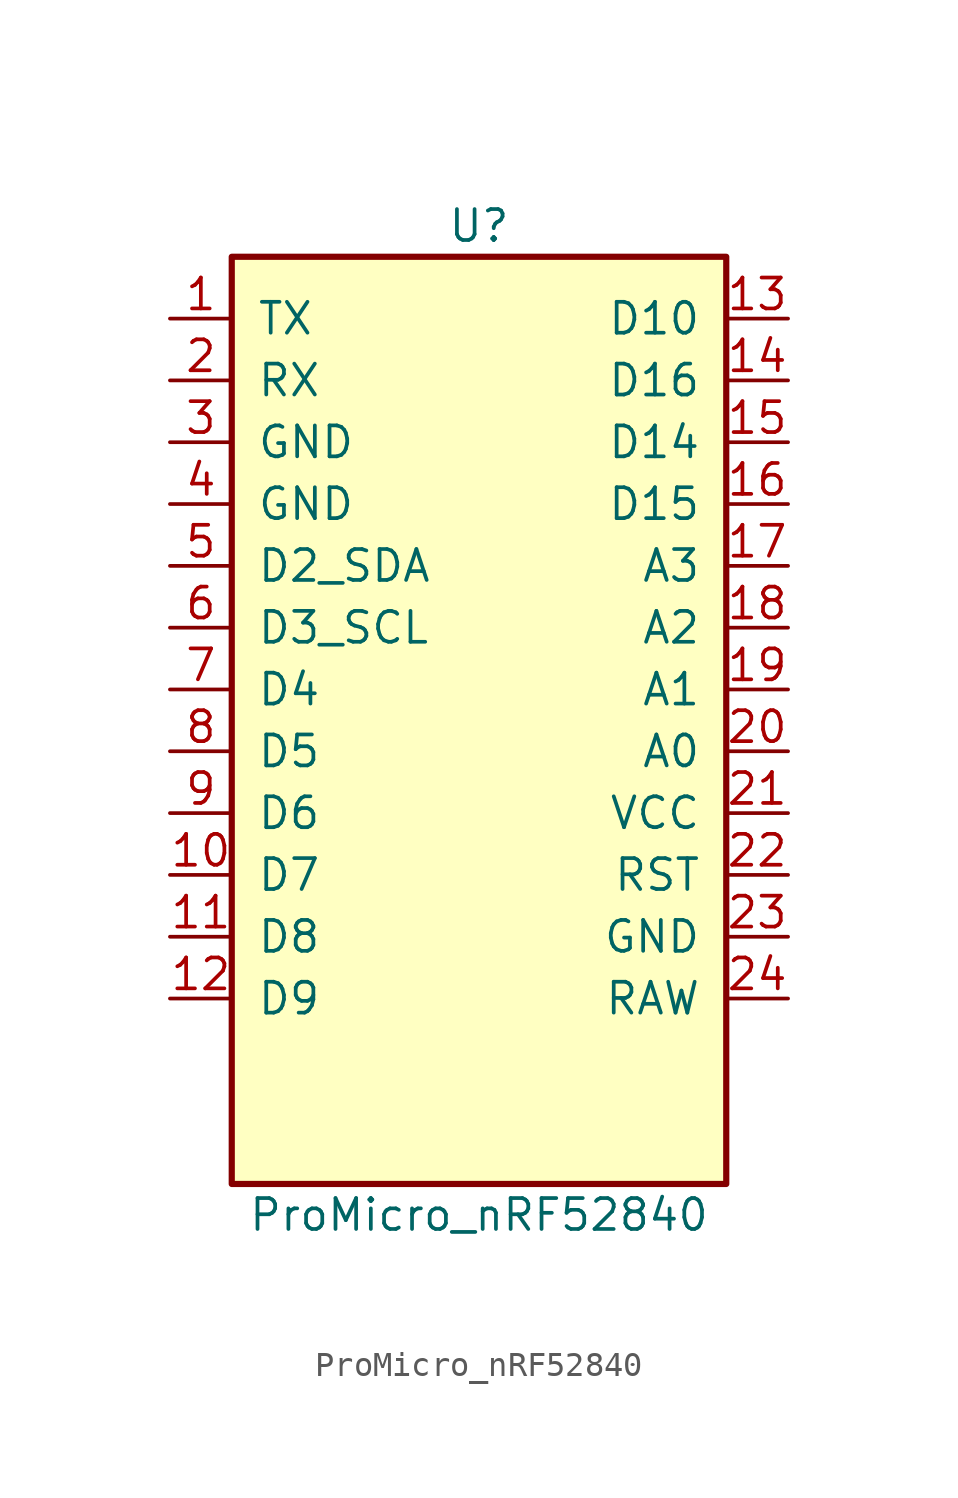
<source format=kicad_sym>
(kicad_symbol_lib
  (version 20231120)
  (generator "kicad_symbol_editor")
  (generator_version "8.0")
  (symbol "ProMicro_nRF52840"
    (pin_names
      (offset 1.016))
    (property "Reference" "U"
      (at 0 20.32 0)
      (effects (font (size 1.27 1.27))))
    (property "Value" "ProMicro_nRF52840"
      (at 0 -20.32 0)
      (effects (font (size 1.27 1.27))))
    (symbol "ProMicro_nRF52840_0_1"
      (rectangle (start -10.16 19.05) (end 10.16 -19.05) (stroke (width 0.254) (type default)) (fill (type background))))
    (symbol "ProMicro_nRF52840_1_1"
      (pin bidirectional line (at -12.7 16.51 0) (length 2.54) (name "TX" (effects (font (size 1.27 1.27)))) (number "1" (effects (font (size 1.27 1.27)))))
      (pin bidirectional line (at -12.7 13.97 0) (length 2.54) (name "RX" (effects (font (size 1.27 1.27)))) (number "2" (effects (font (size 1.27 1.27)))))
      (pin power_in line (at -12.7 11.43 0) (length 2.54) (name "GND" (effects (font (size 1.27 1.27)))) (number "3" (effects (font (size 1.27 1.27)))))
      (pin power_in line (at -12.7 8.89 0) (length 2.54) (name "GND" (effects (font (size 1.27 1.27)))) (number "4" (effects (font (size 1.27 1.27)))))
      (pin bidirectional line (at -12.7 6.35 0) (length 2.54) (name "D2_SDA" (effects (font (size 1.27 1.27)))) (number "5" (effects (font (size 1.27 1.27)))))
      (pin bidirectional line (at -12.7 3.81 0) (length 2.54) (name "D3_SCL" (effects (font (size 1.27 1.27)))) (number "6" (effects (font (size 1.27 1.27)))))
      (pin bidirectional line (at -12.7 1.27 0) (length 2.54) (name "D4" (effects (font (size 1.27 1.27)))) (number "7" (effects (font (size 1.27 1.27)))))
      (pin bidirectional line (at -12.7 -1.27 0) (length 2.54) (name "D5" (effects (font (size 1.27 1.27)))) (number "8" (effects (font (size 1.27 1.27)))))
      (pin bidirectional line (at -12.7 -3.81 0) (length 2.54) (name "D6" (effects (font (size 1.27 1.27)))) (number "9" (effects (font (size 1.27 1.27)))))
      (pin bidirectional line (at -12.7 -6.35 0) (length 2.54) (name "D7" (effects (font (size 1.27 1.27)))) (number "10" (effects (font (size 1.27 1.27)))))
      (pin bidirectional line (at -12.7 -8.89 0) (length 2.54) (name "D8" (effects (font (size 1.27 1.27)))) (number "11" (effects (font (size 1.27 1.27)))))
      (pin bidirectional line (at -12.7 -11.43 0) (length 2.54) (name "D9" (effects (font (size 1.27 1.27)))) (number "12" (effects (font (size 1.27 1.27)))))
      (pin bidirectional line (at 12.7 16.51 180) (length 2.54) (name "D10" (effects (font (size 1.27 1.27)))) (number "13" (effects (font (size 1.27 1.27)))))
      (pin bidirectional line (at 12.7 13.97 180) (length 2.54) (name "D16" (effects (font (size 1.27 1.27)))) (number "14" (effects (font (size 1.27 1.27)))))
      (pin bidirectional line (at 12.7 11.43 180) (length 2.54) (name "D14" (effects (font (size 1.27 1.27)))) (number "15" (effects (font (size 1.27 1.27)))))
      (pin bidirectional line (at 12.7 8.89 180) (length 2.54) (name "D15" (effects (font (size 1.27 1.27)))) (number "16" (effects (font (size 1.27 1.27)))))
      (pin bidirectional line (at 12.7 6.35 180) (length 2.54) (name "A3" (effects (font (size 1.27 1.27)))) (number "17" (effects (font (size 1.27 1.27)))))
      (pin bidirectional line (at 12.7 3.81 180) (length 2.54) (name "A2" (effects (font (size 1.27 1.27)))) (number "18" (effects (font (size 1.27 1.27)))))
      (pin bidirectional line (at 12.7 1.27 180) (length 2.54) (name "A1" (effects (font (size 1.27 1.27)))) (number "19" (effects (font (size 1.27 1.27)))))
      (pin bidirectional line (at 12.7 -1.27 180) (length 2.54) (name "A0" (effects (font (size 1.27 1.27)))) (number "20" (effects (font (size 1.27 1.27)))))
      (pin power_in line (at 12.7 -3.81 180) (length 2.54) (name "VCC" (effects (font (size 1.27 1.27)))) (number "21" (effects (font (size 1.27 1.27)))))
      (pin input line (at 12.7 -6.35 180) (length 2.54) (name "RST" (effects (font (size 1.27 1.27)))) (number "22" (effects (font (size 1.27 1.27)))))
      (pin power_in line (at 12.7 -8.89 180) (length 2.54) (name "GND" (effects (font (size 1.27 1.27)))) (number "23" (effects (font (size 1.27 1.27)))))
      (pin power_in line (at 12.7 -11.43 180) (length 2.54) (name "RAW" (effects (font (size 1.27 1.27)))) (number "24" (effects (font (size 1.27 1.27))))))))
</source>
